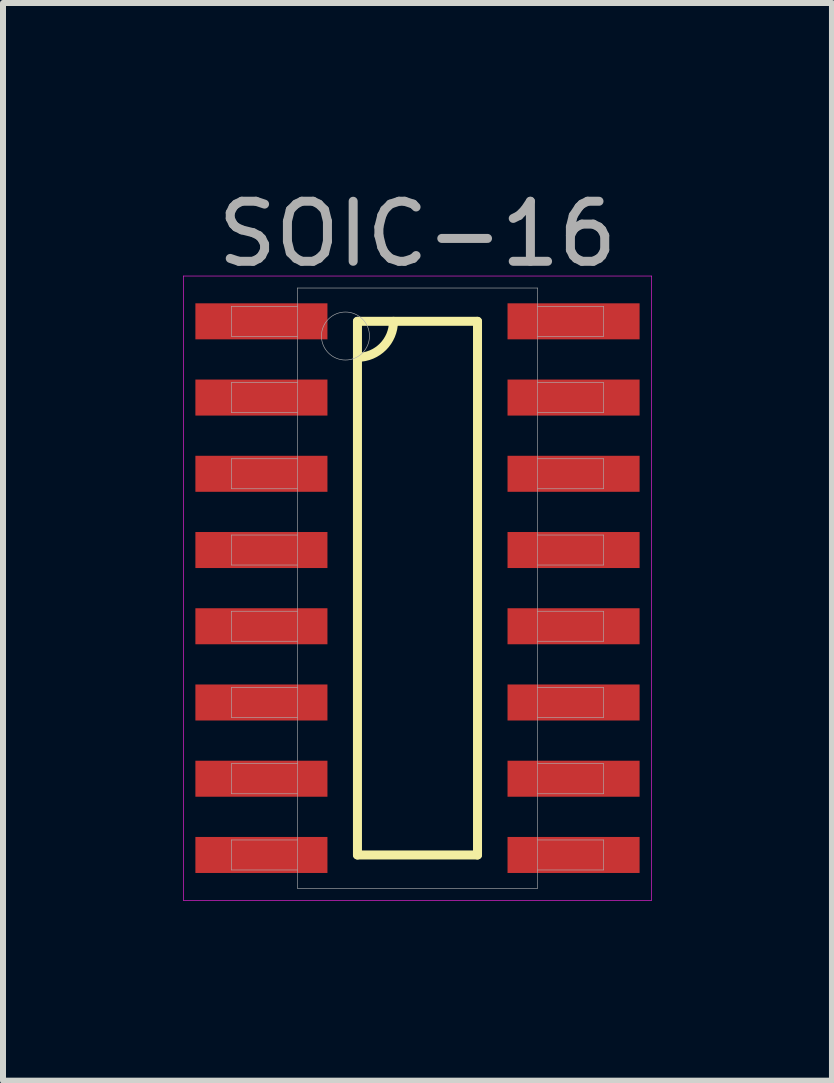
<source format=kicad_pcb>
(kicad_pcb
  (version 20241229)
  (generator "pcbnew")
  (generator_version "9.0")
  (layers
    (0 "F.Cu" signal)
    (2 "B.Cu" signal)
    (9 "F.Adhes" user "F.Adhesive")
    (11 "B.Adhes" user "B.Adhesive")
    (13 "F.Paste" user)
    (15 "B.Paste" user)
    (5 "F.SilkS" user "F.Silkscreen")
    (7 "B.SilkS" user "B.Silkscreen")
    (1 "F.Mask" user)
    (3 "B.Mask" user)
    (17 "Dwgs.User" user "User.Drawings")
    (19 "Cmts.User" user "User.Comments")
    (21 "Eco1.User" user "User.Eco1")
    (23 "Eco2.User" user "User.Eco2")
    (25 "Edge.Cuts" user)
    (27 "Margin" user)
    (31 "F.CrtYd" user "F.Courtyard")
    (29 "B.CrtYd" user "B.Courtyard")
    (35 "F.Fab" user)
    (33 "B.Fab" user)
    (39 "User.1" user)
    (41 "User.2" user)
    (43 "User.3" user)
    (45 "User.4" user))
  (footprint "SOIC-16"
    (layer "F.Cu")
    (at 3.905 6.748)
    (property "Reference" "SOIC-16" (at 0 -5.9 0) (layer "F.Fab") (effects (font (size 1 1) (thickness 0.15))))
    (attr through_hole)
    (fp_line (start -1 -4.445) (end 1 -4.445) (stroke (width 0.15) (type solid)) (layer "F.SilkS"))
    (fp_line (start -1 4.445) (end -1 -4.445) (stroke (width 0.15) (type solid)) (layer "F.SilkS"))
    (fp_line (start 1 -4.445) (end 1 4.445) (stroke (width 0.15) (type solid)) (layer "F.SilkS"))
    (fp_line (start 1 4.445) (end -1 4.445) (stroke (width 0.15) (type solid)) (layer "F.SilkS"))
    (fp_arc (start -0.4 -4.445) (mid -0.575736 -4.020736) (end -1 -3.845) (stroke (width 0.15) (type solid)) (layer "F.SilkS"))
    (fp_line (start -3.9 -5.2) (end 3.9 -5.2) (stroke (width 0.01) (type solid)) (layer "F.CrtYd"))
    (fp_line (start -3.9 5.2) (end -3.9 -5.2) (stroke (width 0.01) (type solid)) (layer "F.CrtYd"))
    (fp_line (start 3.9 -5.2) (end 3.9 5.2) (stroke (width 0.01) (type solid)) (layer "F.CrtYd"))
    (fp_line (start 3.9 5.2) (end -3.9 5.2) (stroke (width 0.01) (type solid)) (layer "F.CrtYd"))
    (fp_line (start -3.1 -4.695) (end -2 -4.695) (stroke (width 0.01) (type solid)) (layer "F.Fab"))
    (fp_line (start -3.1 -4.195) (end -3.1 -4.695) (stroke (width 0.01) (type solid)) (layer "F.Fab"))
    (fp_line (start -3.1 -3.425) (end -2 -3.425) (stroke (width 0.01) (type solid)) (layer "F.Fab"))
    (fp_line (start -3.1 -2.925) (end -3.1 -3.425) (stroke (width 0.01) (type solid)) (layer "F.Fab"))
    (fp_line (start -3.1 -2.155) (end -2 -2.155) (stroke (width 0.01) (type solid)) (layer "F.Fab"))
    (fp_line (start -3.1 -1.655) (end -3.1 -2.155) (stroke (width 0.01) (type solid)) (layer "F.Fab"))
    (fp_line (start -3.1 -0.885) (end -2 -0.885) (stroke (width 0.01) (type solid)) (layer "F.Fab"))
    (fp_line (start -3.1 -0.385) (end -3.1 -0.885) (stroke (width 0.01) (type solid)) (layer "F.Fab"))
    (fp_line (start -3.1 0.385) (end -2 0.385) (stroke (width 0.01) (type solid)) (layer "F.Fab"))
    (fp_line (start -3.1 0.885) (end -3.1 0.385) (stroke (width 0.01) (type solid)) (layer "F.Fab"))
    (fp_line (start -3.1 1.655) (end -2 1.655) (stroke (width 0.01) (type solid)) (layer "F.Fab"))
    (fp_line (start -3.1 2.155) (end -3.1 1.655) (stroke (width 0.01) (type solid)) (layer "F.Fab"))
    (fp_line (start -3.1 2.925) (end -2 2.925) (stroke (width 0.01) (type solid)) (layer "F.Fab"))
    (fp_line (start -3.1 3.425) (end -3.1 2.925) (stroke (width 0.01) (type solid)) (layer "F.Fab"))
    (fp_line (start -3.1 4.195) (end -2 4.195) (stroke (width 0.01) (type solid)) (layer "F.Fab"))
    (fp_line (start -3.1 4.695) (end -3.1 4.195) (stroke (width 0.01) (type solid)) (layer "F.Fab"))
    (fp_line (start -2 -5) (end 2 -5) (stroke (width 0.01) (type solid)) (layer "F.Fab"))
    (fp_line (start -2 -4.195) (end -3.1 -4.195) (stroke (width 0.01) (type solid)) (layer "F.Fab"))
    (fp_line (start -2 -2.925) (end -3.1 -2.925) (stroke (width 0.01) (type solid)) (layer "F.Fab"))
    (fp_line (start -2 -1.655) (end -3.1 -1.655) (stroke (width 0.01) (type solid)) (layer "F.Fab"))
    (fp_line (start -2 -0.385) (end -3.1 -0.385) (stroke (width 0.01) (type solid)) (layer "F.Fab"))
    (fp_line (start -2 0.885) (end -3.1 0.885) (stroke (width 0.01) (type solid)) (layer "F.Fab"))
    (fp_line (start -2 2.155) (end -3.1 2.155) (stroke (width 0.01) (type solid)) (layer "F.Fab"))
    (fp_line (start -2 3.425) (end -3.1 3.425) (stroke (width 0.01) (type solid)) (layer "F.Fab"))
    (fp_line (start -2 4.695) (end -3.1 4.695) (stroke (width 0.01) (type solid)) (layer "F.Fab"))
    (fp_line (start -2 5) (end -2 -5) (stroke (width 0.01) (type solid)) (layer "F.Fab"))
    (fp_line (start 2 -5) (end 2 5) (stroke (width 0.01) (type solid)) (layer "F.Fab"))
    (fp_line (start 2 -4.695) (end 3.1 -4.695) (stroke (width 0.01) (type solid)) (layer "F.Fab"))
    (fp_line (start 2 -3.425) (end 3.1 -3.425) (stroke (width 0.01) (type solid)) (layer "F.Fab"))
    (fp_line (start 2 -2.155) (end 3.1 -2.155) (stroke (width 0.01) (type solid)) (layer "F.Fab"))
    (fp_line (start 2 -0.885) (end 3.1 -0.885) (stroke (width 0.01) (type solid)) (layer "F.Fab"))
    (fp_line (start 2 0.385) (end 3.1 0.385) (stroke (width 0.01) (type solid)) (layer "F.Fab"))
    (fp_line (start 2 1.655) (end 3.1 1.655) (stroke (width 0.01) (type solid)) (layer "F.Fab"))
    (fp_line (start 2 2.925) (end 3.1 2.925) (stroke (width 0.01) (type solid)) (layer "F.Fab"))
    (fp_line (start 2 4.195) (end 3.1 4.195) (stroke (width 0.01) (type solid)) (layer "F.Fab"))
    (fp_line (start 2 5) (end -2 5) (stroke (width 0.01) (type solid)) (layer "F.Fab"))
    (fp_line (start 3.1 -4.695) (end 3.1 -4.195) (stroke (width 0.01) (type solid)) (layer "F.Fab"))
    (fp_line (start 3.1 -4.195) (end 2 -4.195) (stroke (width 0.01) (type solid)) (layer "F.Fab"))
    (fp_line (start 3.1 -3.425) (end 3.1 -2.925) (stroke (width 0.01) (type solid)) (layer "F.Fab"))
    (fp_line (start 3.1 -2.925) (end 2 -2.925) (stroke (width 0.01) (type solid)) (layer "F.Fab"))
    (fp_line (start 3.1 -2.155) (end 3.1 -1.655) (stroke (width 0.01) (type solid)) (layer "F.Fab"))
    (fp_line (start 3.1 -1.655) (end 2 -1.655) (stroke (width 0.01) (type solid)) (layer "F.Fab"))
    (fp_line (start 3.1 -0.885) (end 3.1 -0.385) (stroke (width 0.01) (type solid)) (layer "F.Fab"))
    (fp_line (start 3.1 -0.385) (end 2 -0.385) (stroke (width 0.01) (type solid)) (layer "F.Fab"))
    (fp_line (start 3.1 0.385) (end 3.1 0.885) (stroke (width 0.01) (type solid)) (layer "F.Fab"))
    (fp_line (start 3.1 0.885) (end 2 0.885) (stroke (width 0.01) (type solid)) (layer "F.Fab"))
    (fp_line (start 3.1 1.655) (end 3.1 2.155) (stroke (width 0.01) (type solid)) (layer "F.Fab"))
    (fp_line (start 3.1 2.155) (end 2 2.155) (stroke (width 0.01) (type solid)) (layer "F.Fab"))
    (fp_line (start 3.1 2.925) (end 3.1 3.425) (stroke (width 0.01) (type solid)) (layer "F.Fab"))
    (fp_line (start 3.1 3.425) (end 2 3.425) (stroke (width 0.01) (type solid)) (layer "F.Fab"))
    (fp_line (start 3.1 4.195) (end 3.1 4.695) (stroke (width 0.01) (type solid)) (layer "F.Fab"))
    (fp_line (start 3.1 4.695) (end 2 4.695) (stroke (width 0.01) (type solid)) (layer "F.Fab"))
    (fp_circle (center -1.2 -4.2) (end -1.2 -3.8) (stroke (width 0.01) (type solid)) (fill no) (layer "F.Fab"))
    (pad "1" smd rect (at -2.6 -4.445) (size 2.2 0.6) (layers "F.Cu" "F.Mask" "F.Paste"))
    (pad "2" smd rect (at -2.6 -3.175) (size 2.2 0.6) (layers "F.Cu" "F.Mask" "F.Paste"))
    (pad "3" smd rect (at -2.6 -1.905) (size 2.2 0.6) (layers "F.Cu" "F.Mask" "F.Paste"))
    (pad "4" smd rect (at -2.6 -0.635) (size 2.2 0.6) (layers "F.Cu" "F.Mask" "F.Paste"))
    (pad "5" smd rect (at -2.6 0.635) (size 2.2 0.6) (layers "F.Cu" "F.Mask" "F.Paste"))
    (pad "6" smd rect (at -2.6 1.905) (size 2.2 0.6) (layers "F.Cu" "F.Mask" "F.Paste"))
    (pad "7" smd rect (at -2.6 3.175) (size 2.2 0.6) (layers "F.Cu" "F.Mask" "F.Paste"))
    (pad "8" smd rect (at -2.6 4.445) (size 2.2 0.6) (layers "F.Cu" "F.Mask" "F.Paste"))
    (pad "9" smd rect (at 2.6 4.445) (size 2.2 0.6) (layers "F.Cu" "F.Mask" "F.Paste"))
    (pad "10" smd rect (at 2.6 3.175) (size 2.2 0.6) (layers "F.Cu" "F.Mask" "F.Paste"))
    (pad "11" smd rect (at 2.6 1.905) (size 2.2 0.6) (layers "F.Cu" "F.Mask" "F.Paste"))
    (pad "12" smd rect (at 2.6 0.635) (size 2.2 0.6) (layers "F.Cu" "F.Mask" "F.Paste"))
    (pad "13" smd rect (at 2.6 -0.635) (size 2.2 0.6) (layers "F.Cu" "F.Mask" "F.Paste"))
    (pad "14" smd rect (at 2.6 -1.905) (size 2.2 0.6) (layers "F.Cu" "F.Mask" "F.Paste"))
    (pad "15" smd rect (at 2.6 -3.175) (size 2.2 0.6) (layers "F.Cu" "F.Mask" "F.Paste"))
    (pad "16" smd rect (at 2.6 -4.445) (size 2.2 0.6) (layers "F.Cu" "F.Mask" "F.Paste")))
  (gr_rect
    (start -3 -3)
    (end 10.81 14.953)
    (stroke (width 0.1) (type default))
    (fill no)
    (layer "Edge.Cuts")))
</source>
